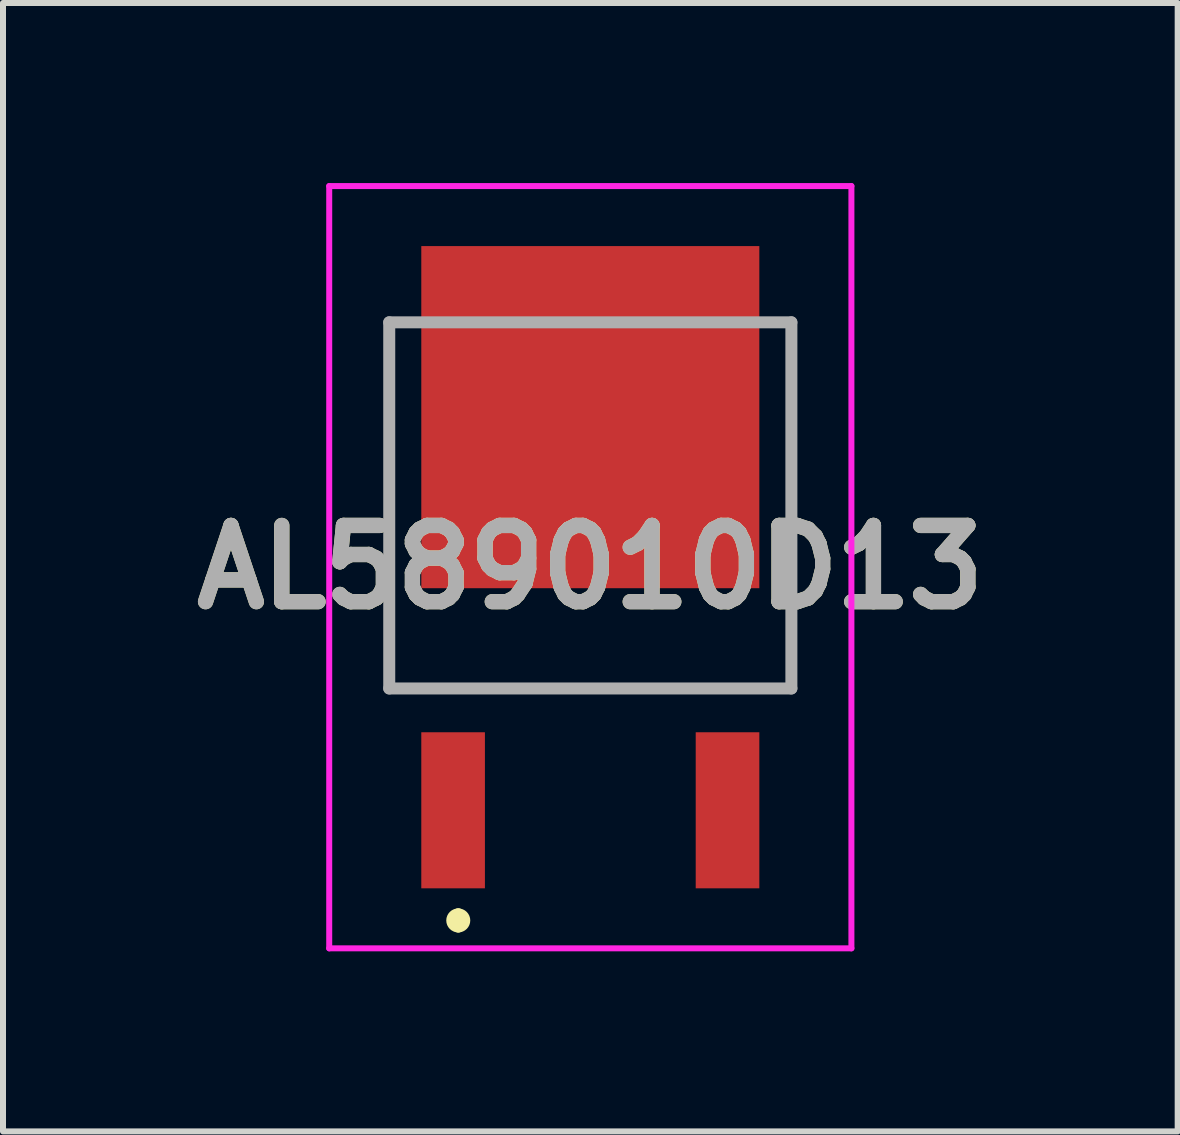
<source format=kicad_pcb>
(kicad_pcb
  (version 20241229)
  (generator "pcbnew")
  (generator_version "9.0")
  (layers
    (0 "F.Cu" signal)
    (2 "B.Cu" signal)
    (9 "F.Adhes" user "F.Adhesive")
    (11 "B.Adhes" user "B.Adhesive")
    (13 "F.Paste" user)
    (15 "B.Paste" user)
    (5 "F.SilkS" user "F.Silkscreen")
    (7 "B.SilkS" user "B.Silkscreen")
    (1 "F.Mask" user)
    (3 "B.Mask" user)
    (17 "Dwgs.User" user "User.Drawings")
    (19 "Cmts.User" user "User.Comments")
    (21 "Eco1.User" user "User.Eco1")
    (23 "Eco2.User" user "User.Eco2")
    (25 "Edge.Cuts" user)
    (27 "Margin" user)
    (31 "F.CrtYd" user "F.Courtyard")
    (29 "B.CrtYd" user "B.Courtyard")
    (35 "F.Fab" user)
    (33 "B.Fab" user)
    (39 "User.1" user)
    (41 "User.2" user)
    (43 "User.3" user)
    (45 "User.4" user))
  (footprint "AL589010D13"
    (layer "F.Cu")
    (at 6.785 6.385)
    (property "Reference" "AL589010D13" (at 0 0.015 0) (layer "F.SilkS") (effects (font (size 1.27 1.27) (thickness 0.254))))
    (attr smd)
    (fp_line (start -3.35 -4.065) (end -3.35 2.035) (stroke (width 0.1) (type solid)) (layer "F.SilkS"))
    (fp_line (start -3.35 2.035) (end 3.35 2.035) (stroke (width 0.1) (type solid)) (layer "F.SilkS"))
    (fp_line (start -2.2 5.8) (end -2.2 5.8) (stroke (width 0.2) (type solid)) (layer "F.SilkS"))
    (fp_line (start -2.2 6) (end -2.2 6) (stroke (width 0.2) (type solid)) (layer "F.SilkS"))
    (fp_line (start 3.35 2.035) (end 3.35 -4.065) (stroke (width 0.1) (type solid)) (layer "F.SilkS"))
    (fp_arc (start -2.2 5.8) (mid -2.1 5.9) (end -2.2 6) (stroke (width 0.2) (type solid)) (layer "F.SilkS"))
    (fp_arc (start -2.2 6) (mid -2.3 5.9) (end -2.2 5.8) (stroke (width 0.2) (type solid)) (layer "F.SilkS"))
    (fp_line (start -4.35 -6.335) (end 4.35 -6.335) (stroke (width 0.1) (type solid)) (layer "F.CrtYd"))
    (fp_line (start -4.35 6.365) (end -4.35 -6.335) (stroke (width 0.1) (type solid)) (layer "F.CrtYd"))
    (fp_line (start 4.35 -6.335) (end 4.35 6.365) (stroke (width 0.1) (type solid)) (layer "F.CrtYd"))
    (fp_line (start 4.35 6.365) (end -4.35 6.365) (stroke (width 0.1) (type solid)) (layer "F.CrtYd"))
    (fp_line (start -3.35 -4.065) (end 3.35 -4.065) (stroke (width 0.2) (type solid)) (layer "F.Fab"))
    (fp_line (start -3.35 2.035) (end -3.35 -4.065) (stroke (width 0.2) (type solid)) (layer "F.Fab"))
    (fp_line (start 3.35 -4.065) (end 3.35 2.035) (stroke (width 0.2) (type solid)) (layer "F.Fab"))
    (fp_line (start 3.35 2.035) (end -3.35 2.035) (stroke (width 0.2) (type solid)) (layer "F.Fab"))
    (fp_text user "${REFERENCE}" (at 0 0.015 0) (layer "F.Fab") (effects (font (size 1.27 1.27) (thickness 0.254))))
    (pad "1" smd rect (at -2.286 4.065) (size 1.06 2.6) (layers "F.Cu" "F.Mask" "F.Paste"))
    (pad "2" smd rect (at 0 -2.485) (size 5.632 5.7) (layers "F.Cu" "F.Mask" "F.Paste"))
    (pad "3" smd rect (at 2.286 4.065) (size 1.06 2.6) (layers "F.Cu" "F.Mask" "F.Paste")))
  (gr_rect
    (start -3 -3)
    (end 16.571 15.8)
    (stroke (width 0.1) (type default))
    (fill no)
    (layer "Edge.Cuts")))
</source>
